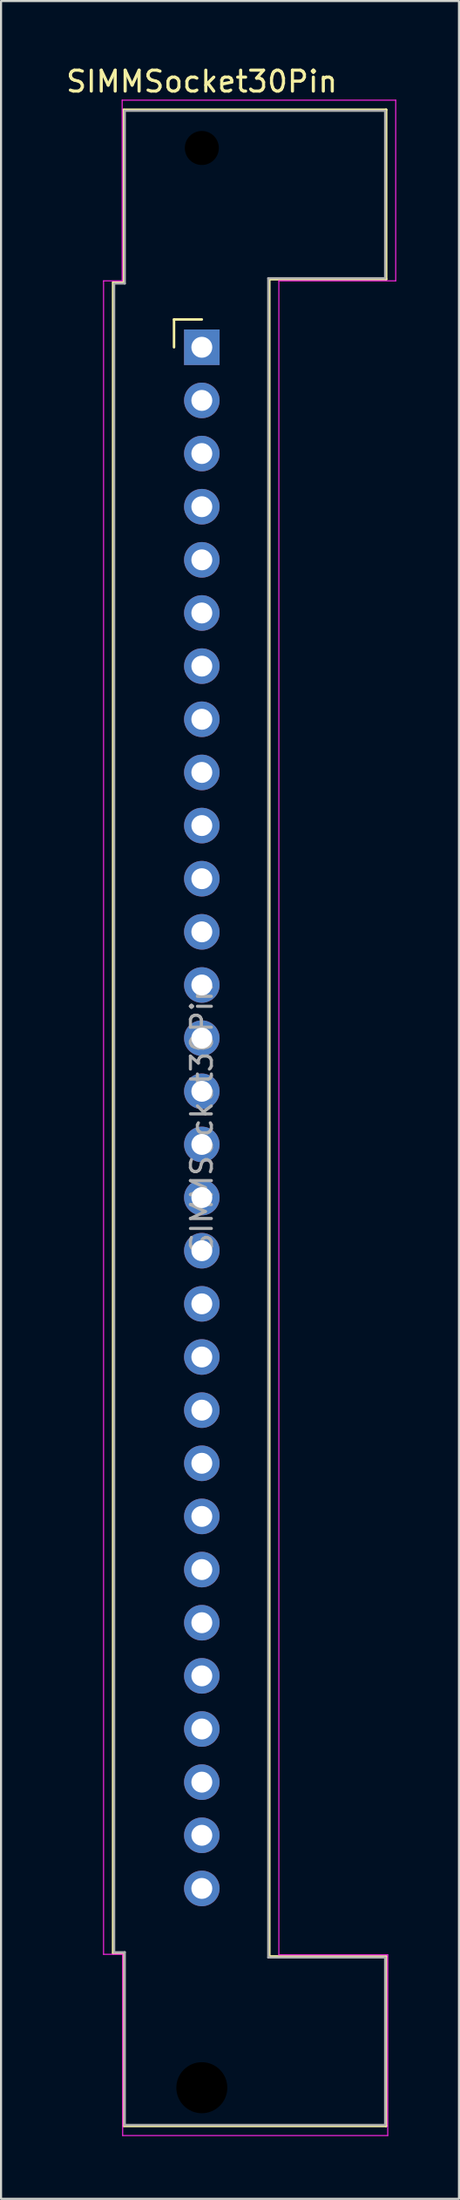
<source format=kicad_pcb>
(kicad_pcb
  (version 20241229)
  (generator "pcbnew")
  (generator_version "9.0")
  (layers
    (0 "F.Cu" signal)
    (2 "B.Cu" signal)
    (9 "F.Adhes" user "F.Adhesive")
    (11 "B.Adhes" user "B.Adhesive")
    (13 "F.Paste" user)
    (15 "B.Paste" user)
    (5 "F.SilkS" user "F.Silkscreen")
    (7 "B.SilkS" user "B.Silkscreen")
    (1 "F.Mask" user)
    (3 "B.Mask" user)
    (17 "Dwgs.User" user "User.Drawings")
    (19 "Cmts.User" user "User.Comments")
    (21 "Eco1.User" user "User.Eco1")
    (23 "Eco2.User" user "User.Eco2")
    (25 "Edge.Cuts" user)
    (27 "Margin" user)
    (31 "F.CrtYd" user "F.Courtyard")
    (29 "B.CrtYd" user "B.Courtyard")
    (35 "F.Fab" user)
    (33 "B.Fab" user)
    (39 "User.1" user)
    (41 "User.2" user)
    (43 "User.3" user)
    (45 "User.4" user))
  (footprint "SIMMSocket30Pin"
    (layer "F.Cu")
    (at 6.601 13.548)
    (property "Reference" "SIMMSocket30Pin" (at 0 -12.7 0) (layer "F.SilkS") (effects (font (size 1 1) (thickness 0.15))))
    (attr through_hole)
    (fp_line (start -4.242 -3.099) (end -4.242 76.759) (stroke (width 0.12) (type solid)) (layer "F.SilkS"))
    (fp_line (start -3.734 -11.354) (end -3.734 -3.099) (stroke (width 0.1) (type default)) (layer "F.SilkS"))
    (fp_line (start -3.734 -11.354) (end 8.814 -11.354) (stroke (width 0.12) (type solid)) (layer "F.SilkS"))
    (fp_line (start -3.734 -3.099) (end -4.242 -3.099) (stroke (width 0.1) (type default)) (layer "F.SilkS"))
    (fp_line (start -3.734 76.759) (end -4.242 76.759) (stroke (width 0.1) (type default)) (layer "F.SilkS"))
    (fp_line (start -3.734 85.014) (end -3.734 76.759) (stroke (width 0.1) (type default)) (layer "F.SilkS"))
    (fp_line (start -3.734 85.014) (end 8.814 85.014) (stroke (width 0.12) (type solid)) (layer "F.SilkS"))
    (fp_line (start -1.33 -1.33) (end 0 -1.33) (stroke (width 0.12) (type solid)) (layer "F.SilkS"))
    (fp_line (start -1.33 0) (end -1.33 -1.33) (stroke (width 0.12) (type solid)) (layer "F.SilkS"))
    (fp_line (start 3.226 -3.251) (end 3.226 76.911) (stroke (width 0.12) (type solid)) (layer "F.SilkS"))
    (fp_line (start 8.814 -11.354) (end 8.814 -3.251) (stroke (width 0.12) (type solid)) (layer "F.SilkS"))
    (fp_line (start 8.814 -3.251) (end 3.226 -3.251) (stroke (width 0.12) (type solid)) (layer "F.SilkS"))
    (fp_line (start 8.814 76.911) (end 3.226 76.911) (stroke (width 0.12) (type solid)) (layer "F.SilkS"))
    (fp_line (start 8.814 85.014) (end 8.814 76.911) (stroke (width 0.12) (type solid)) (layer "F.SilkS"))
    (fp_line (start -4.699 -3.175) (end -4.699 76.81) (stroke (width 0.05) (type solid)) (layer "F.CrtYd"))
    (fp_line (start -3.81 -11.811) (end -3.81 -3.175) (stroke (width 0.05) (type default)) (layer "F.CrtYd"))
    (fp_line (start -3.81 -11.811) (end 9.271 -11.811) (stroke (width 0.05) (type solid)) (layer "F.CrtYd"))
    (fp_line (start -3.81 -3.175) (end -4.699 -3.175) (stroke (width 0.05) (type default)) (layer "F.CrtYd"))
    (fp_line (start -3.785 76.81) (end -4.699 76.81) (stroke (width 0.05) (type default)) (layer "F.CrtYd"))
    (fp_line (start -3.785 85.471) (end -3.785 76.81) (stroke (width 0.05) (type default)) (layer "F.CrtYd"))
    (fp_line (start -3.785 85.471) (end 8.89 85.471) (stroke (width 0.05) (type solid)) (layer "F.CrtYd"))
    (fp_line (start 3.683 76.835) (end 3.683 -3.175) (stroke (width 0.05) (type solid)) (layer "F.CrtYd"))
    (fp_line (start 8.89 76.835) (end 3.683 76.835) (stroke (width 0.05) (type solid)) (layer "F.CrtYd"))
    (fp_line (start 8.89 85.471) (end 8.89 76.835) (stroke (width 0.05) (type solid)) (layer "F.CrtYd"))
    (fp_line (start 9.271 -11.811) (end 9.271 -3.175) (stroke (width 0.05) (type solid)) (layer "F.CrtYd"))
    (fp_line (start 9.271 -3.175) (end 3.683 -3.175) (stroke (width 0.05) (type solid)) (layer "F.CrtYd"))
    (fp_line (start -4.191 76.708) (end -4.191 -3.048) (stroke (width 0.1) (type solid)) (layer "F.Fab"))
    (fp_line (start -3.683 -11.303) (end -3.683 -3.048) (stroke (width 0.1) (type default)) (layer "F.Fab"))
    (fp_line (start -3.683 -3.048) (end -4.191 -3.048) (stroke (width 0.1) (type default)) (layer "F.Fab"))
    (fp_line (start -3.683 76.708) (end -4.191 76.708) (stroke (width 0.1) (type default)) (layer "F.Fab"))
    (fp_line (start -3.683 84.963) (end -3.683 76.708) (stroke (width 0.1) (type default)) (layer "F.Fab"))
    (fp_line (start 3.175 -3.302) (end 3.175 76.962) (stroke (width 0.1) (type solid)) (layer "F.Fab"))
    (fp_line (start 3.175 -3.302) (end 8.763 -3.302) (stroke (width 0.1) (type solid)) (layer "F.Fab"))
    (fp_line (start 3.175 76.962) (end 8.763 76.962) (stroke (width 0.1) (type solid)) (layer "F.Fab"))
    (fp_line (start 8.763 -11.303) (end -3.683 -11.303) (stroke (width 0.1) (type solid)) (layer "F.Fab"))
    (fp_line (start 8.763 -3.302) (end 8.763 -11.303) (stroke (width 0.1) (type solid)) (layer "F.Fab"))
    (fp_line (start 8.763 76.962) (end 8.763 84.963) (stroke (width 0.1) (type solid)) (layer "F.Fab"))
    (fp_line (start 8.763 84.963) (end -3.683 84.963) (stroke (width 0.1) (type solid)) (layer "F.Fab"))
    (fp_text user "${REFERENCE}" (at 0 36.83 90) (layer "F.Fab") (effects (font (size 1 1) (thickness 0.15))))
    (pad "" np_thru_hole circle (at 0 -9.525) (size 2.54 2.54) (drill 1.626) (layers "*.Mask"))
    (pad "" np_thru_hole circle (at 0 83.185) (size 3.175 3.175) (drill 2.438) (layers "*.Mask"))
    (pad "1" thru_hole rect (at 0 0) (size 1.7 1.7) (drill 1) (layers "*.Cu" "*.Mask"))
    (pad "2" thru_hole oval (at 0 2.54) (size 1.7 1.7) (drill 1) (layers "*.Cu" "*.Mask"))
    (pad "3" thru_hole oval (at 0 5.08) (size 1.7 1.7) (drill 1) (layers "*.Cu" "*.Mask"))
    (pad "4" thru_hole oval (at 0 7.62) (size 1.7 1.7) (drill 1) (layers "*.Cu" "*.Mask"))
    (pad "5" thru_hole oval (at 0 10.16) (size 1.7 1.7) (drill 1) (layers "*.Cu" "*.Mask"))
    (pad "6" thru_hole oval (at 0 12.7) (size 1.7 1.7) (drill 1) (layers "*.Cu" "*.Mask"))
    (pad "7" thru_hole oval (at 0 15.24) (size 1.7 1.7) (drill 1) (layers "*.Cu" "*.Mask"))
    (pad "8" thru_hole oval (at 0 17.78) (size 1.7 1.7) (drill 1) (layers "*.Cu" "*.Mask"))
    (pad "9" thru_hole oval (at 0 20.32) (size 1.7 1.7) (drill 1) (layers "*.Cu" "*.Mask"))
    (pad "10" thru_hole oval (at 0 22.86) (size 1.7 1.7) (drill 1) (layers "*.Cu" "*.Mask"))
    (pad "11" thru_hole oval (at 0 25.4) (size 1.7 1.7) (drill 1) (layers "*.Cu" "*.Mask"))
    (pad "12" thru_hole oval (at 0 27.94) (size 1.7 1.7) (drill 1) (layers "*.Cu" "*.Mask"))
    (pad "13" thru_hole oval (at 0 30.48) (size 1.7 1.7) (drill 1) (layers "*.Cu" "*.Mask"))
    (pad "14" thru_hole oval (at 0 33.02) (size 1.7 1.7) (drill 1) (layers "*.Cu" "*.Mask"))
    (pad "15" thru_hole oval (at 0 35.56) (size 1.7 1.7) (drill 1) (layers "*.Cu" "*.Mask"))
    (pad "16" thru_hole oval (at 0 38.1) (size 1.7 1.7) (drill 1) (layers "*.Cu" "*.Mask"))
    (pad "17" thru_hole oval (at 0 40.64) (size 1.7 1.7) (drill 1) (layers "*.Cu" "*.Mask"))
    (pad "18" thru_hole oval (at 0 43.18) (size 1.7 1.7) (drill 1) (layers "*.Cu" "*.Mask"))
    (pad "19" thru_hole oval (at 0 45.72) (size 1.7 1.7) (drill 1) (layers "*.Cu" "*.Mask"))
    (pad "20" thru_hole oval (at 0 48.26) (size 1.7 1.7) (drill 1) (layers "*.Cu" "*.Mask"))
    (pad "21" thru_hole oval (at 0 50.8) (size 1.7 1.7) (drill 1) (layers "*.Cu" "*.Mask"))
    (pad "22" thru_hole oval (at 0 53.34) (size 1.7 1.7) (drill 1) (layers "*.Cu" "*.Mask"))
    (pad "23" thru_hole oval (at 0 55.88) (size 1.7 1.7) (drill 1) (layers "*.Cu" "*.Mask"))
    (pad "24" thru_hole oval (at 0 58.42) (size 1.7 1.7) (drill 1) (layers "*.Cu" "*.Mask"))
    (pad "25" thru_hole oval (at 0 60.96) (size 1.7 1.7) (drill 1) (layers "*.Cu" "*.Mask"))
    (pad "26" thru_hole oval (at 0 63.5) (size 1.7 1.7) (drill 1) (layers "*.Cu" "*.Mask"))
    (pad "27" thru_hole oval (at 0 66.04) (size 1.7 1.7) (drill 1) (layers "*.Cu" "*.Mask"))
    (pad "28" thru_hole oval (at 0 68.58) (size 1.7 1.7) (drill 1) (layers "*.Cu" "*.Mask"))
    (pad "29" thru_hole oval (at 0 71.12) (size 1.7 1.7) (drill 1) (layers "*.Cu" "*.Mask"))
    (pad "30" thru_hole oval (at 0 73.66) (size 1.7 1.7) (drill 1) (layers "*.Cu" "*.Mask")))
  (gr_rect
    (start -3 -3)
    (end 18.897 102.044)
    (stroke (width 0.1) (type default))
    (fill no)
    (layer "Edge.Cuts")))
</source>
